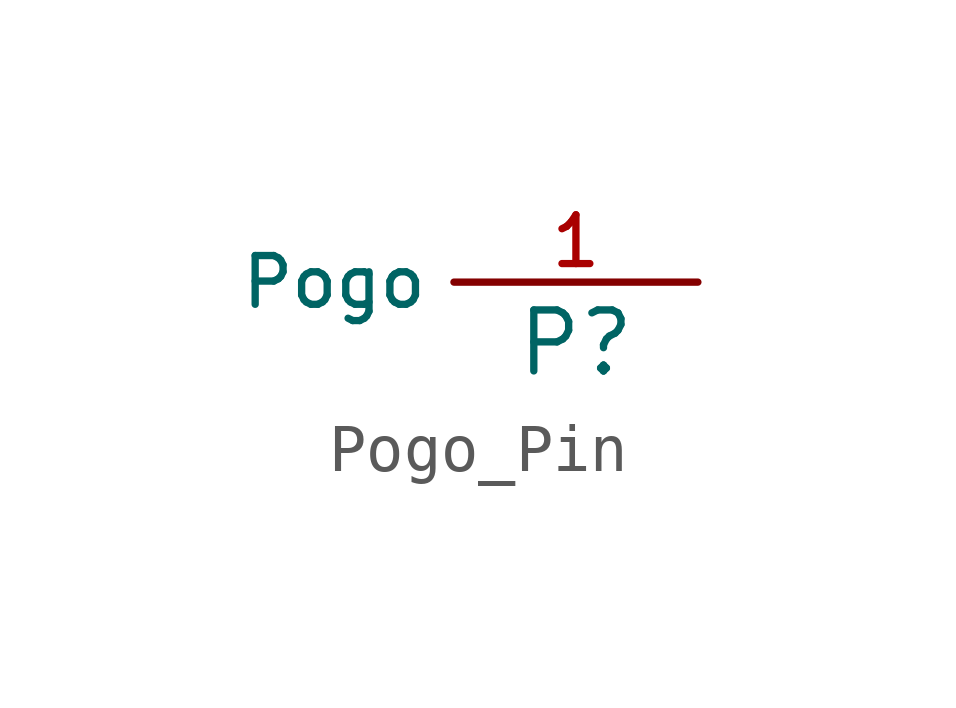
<source format=kicad_sym>
(kicad_symbol_lib
  (version 20231120)
  (generator "kicad_symbol_editor")
  (generator_version "8.0")
  (symbol "Pogo_Pin"
    (property "Reference" "P"
      (at 0 0 0)
      (effects (font (size 1.27 1.27))))
    (property "Value" ""
      (at 0 0 0)
      (effects (font (size 1.27 1.27))))
    (symbol "Pogo_Pin_1_0"
      (pin bidirectional line (at 2.54 1.27 180) (length 5.08) (name "Pogo" (effects (font (size 1.016 1.016)))) (number "1" (effects (font (size 1.016 1.016))))))))
</source>
